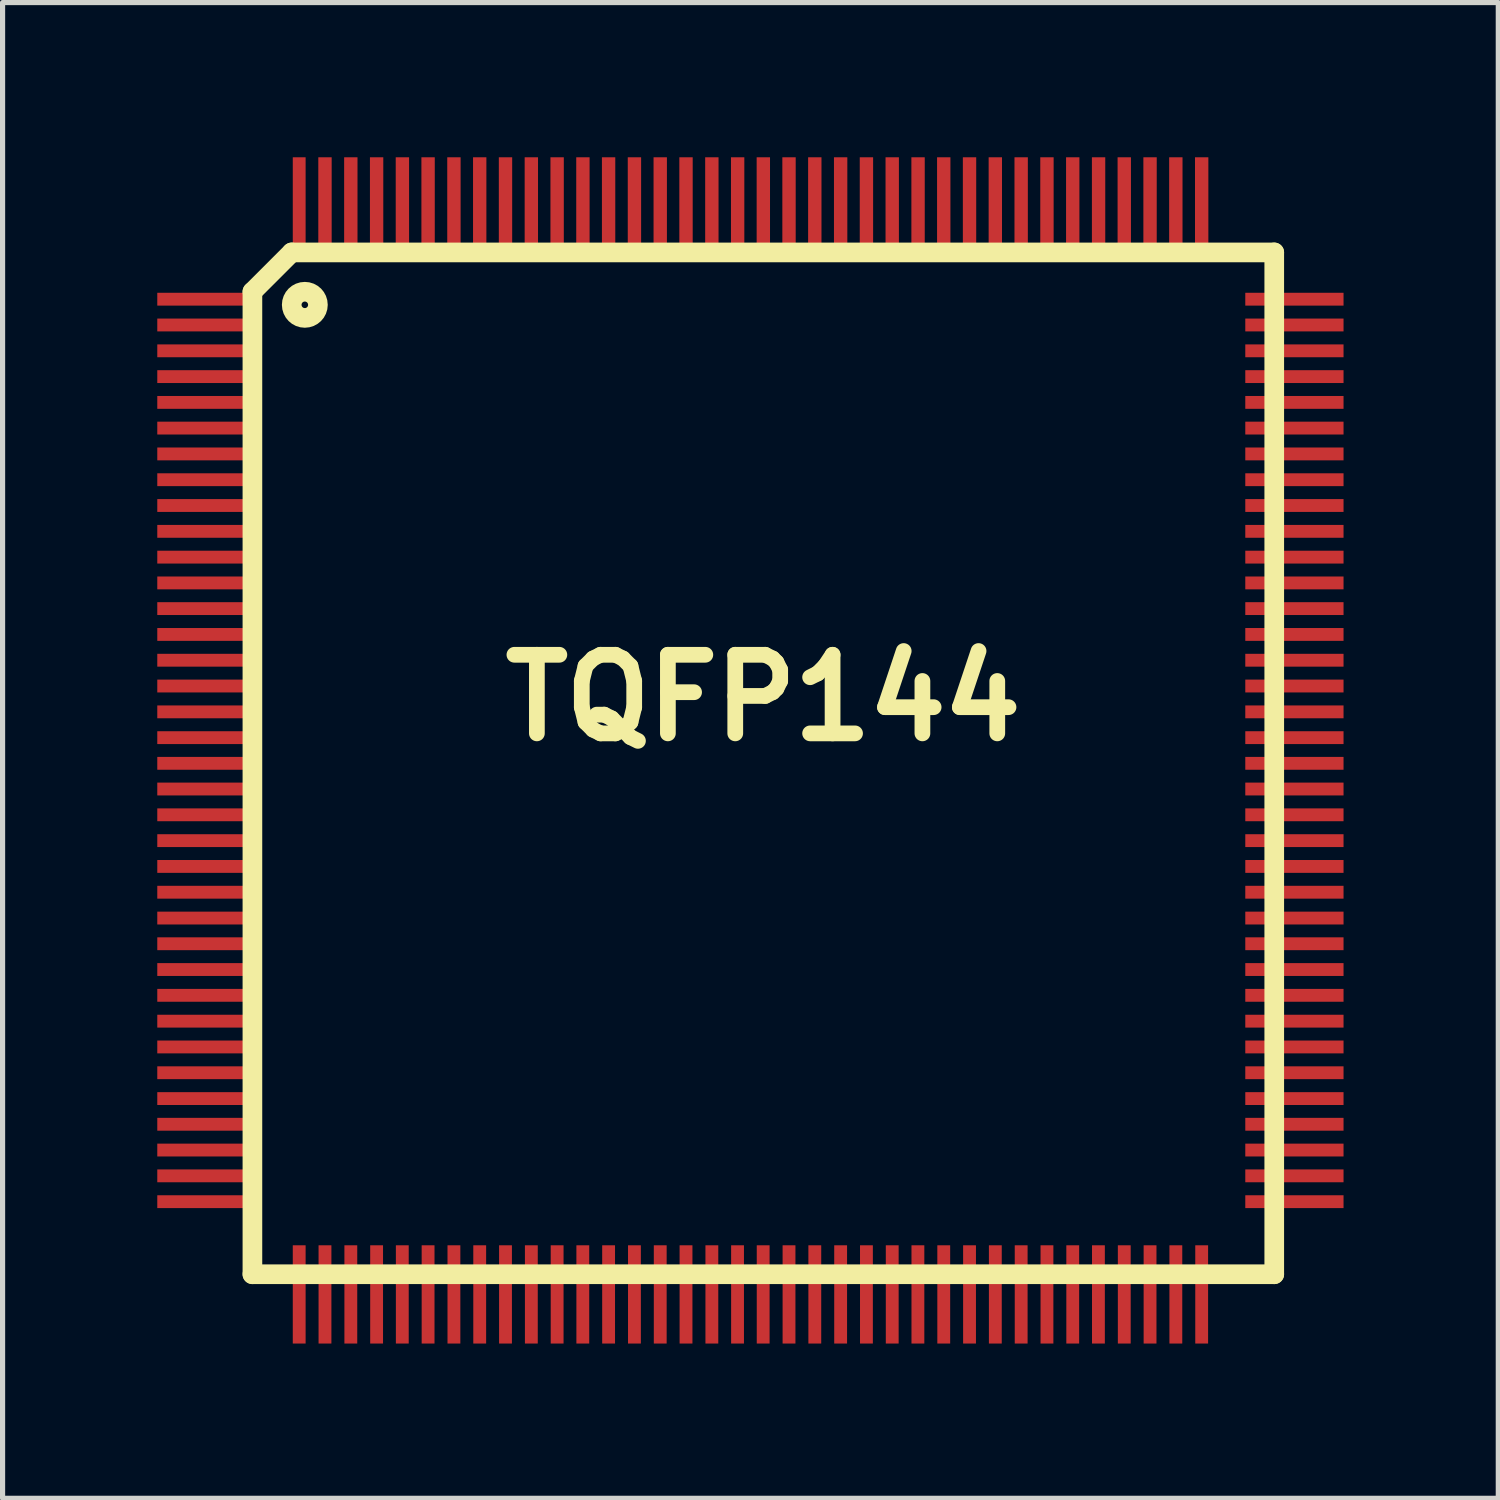
<source format=kicad_pcb>
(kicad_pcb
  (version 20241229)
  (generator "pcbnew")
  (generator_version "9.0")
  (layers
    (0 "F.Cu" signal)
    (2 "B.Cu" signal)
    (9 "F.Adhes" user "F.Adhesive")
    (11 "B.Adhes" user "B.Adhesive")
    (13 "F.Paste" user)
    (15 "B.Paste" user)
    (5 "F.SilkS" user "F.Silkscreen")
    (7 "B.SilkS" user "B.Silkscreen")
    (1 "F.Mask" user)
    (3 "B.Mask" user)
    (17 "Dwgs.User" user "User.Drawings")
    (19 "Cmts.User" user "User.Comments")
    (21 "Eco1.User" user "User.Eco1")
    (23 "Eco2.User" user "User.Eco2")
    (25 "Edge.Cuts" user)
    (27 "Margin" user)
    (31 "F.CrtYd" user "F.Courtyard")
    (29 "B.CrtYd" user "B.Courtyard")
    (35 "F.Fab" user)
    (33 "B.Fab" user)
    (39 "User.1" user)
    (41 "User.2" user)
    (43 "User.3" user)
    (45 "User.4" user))
  (footprint "TQFP144"
    (layer "F.Cu")
    (at 11.75 11.75)
    (property "Reference" "TQFP144" (at 0 -1.27 0) (layer "F.SilkS") (effects (font (size 1.524 1.524) (thickness 0.305))))
    (attr through_hole)
    (fp_line (start -9.906 -9.144) (end -9.144 -9.906) (stroke (width 0.381) (type solid)) (layer "F.SilkS"))
    (fp_line (start -9.906 9.906) (end -9.906 -9.144) (stroke (width 0.381) (type solid)) (layer "F.SilkS"))
    (fp_line (start -9.144 -9.906) (end 9.906 -9.906) (stroke (width 0.381) (type solid)) (layer "F.SilkS"))
    (fp_line (start 9.906 -9.906) (end 9.906 9.906) (stroke (width 0.381) (type solid)) (layer "F.SilkS"))
    (fp_line (start 9.906 9.906) (end -9.906 9.906) (stroke (width 0.381) (type solid)) (layer "F.SilkS"))
    (fp_circle (center -8.89 -8.89) (end -8.636 -8.89) (stroke (width 0.381) (type solid)) (fill no) (layer "F.SilkS"))
    (pad "1" smd rect (at -10.798 -8.999) (size 1.905 0.249) (layers "F.Cu" "F.Mask" "F.Paste"))
    (pad "2" smd rect (at -10.798 -8.499) (size 1.905 0.249) (layers "F.Cu" "F.Mask" "F.Paste"))
    (pad "3" smd rect (at -10.798 -7.998) (size 1.905 0.249) (layers "F.Cu" "F.Mask" "F.Paste"))
    (pad "4" smd rect (at -10.798 -7.498) (size 1.905 0.249) (layers "F.Cu" "F.Mask" "F.Paste"))
    (pad "5" smd rect (at -10.798 -6.998) (size 1.905 0.249) (layers "F.Cu" "F.Mask" "F.Paste"))
    (pad "6" smd rect (at -10.798 -6.5) (size 1.905 0.249) (layers "F.Cu" "F.Mask" "F.Paste"))
    (pad "7" smd rect (at -10.798 -5.999) (size 1.905 0.249) (layers "F.Cu" "F.Mask" "F.Paste"))
    (pad "8" smd rect (at -10.798 -5.499) (size 1.905 0.249) (layers "F.Cu" "F.Mask" "F.Paste"))
    (pad "9" smd rect (at -10.798 -4.999) (size 1.905 0.249) (layers "F.Cu" "F.Mask" "F.Paste"))
    (pad "10" smd rect (at -10.798 -4.498) (size 1.905 0.249) (layers "F.Cu" "F.Mask" "F.Paste"))
    (pad "11" smd rect (at -10.798 -3.998) (size 1.905 0.249) (layers "F.Cu" "F.Mask" "F.Paste"))
    (pad "12" smd rect (at -10.798 -3.498) (size 1.905 0.249) (layers "F.Cu" "F.Mask" "F.Paste"))
    (pad "13" smd rect (at -10.798 -3) (size 1.905 0.249) (layers "F.Cu" "F.Mask" "F.Paste"))
    (pad "14" smd rect (at -10.798 -2.499) (size 1.905 0.249) (layers "F.Cu" "F.Mask" "F.Paste"))
    (pad "15" smd rect (at -10.798 -1.999) (size 1.905 0.249) (layers "F.Cu" "F.Mask" "F.Paste"))
    (pad "16" smd rect (at -10.798 -1.499) (size 1.905 0.249) (layers "F.Cu" "F.Mask" "F.Paste"))
    (pad "17" smd rect (at -10.798 -0.998) (size 1.905 0.249) (layers "F.Cu" "F.Mask" "F.Paste"))
    (pad "18" smd rect (at -10.798 -0.498) (size 1.905 0.249) (layers "F.Cu" "F.Mask" "F.Paste"))
    (pad "19" smd rect (at -10.798 0) (size 1.905 0.249) (layers "F.Cu" "F.Mask" "F.Paste"))
    (pad "20" smd rect (at -10.798 0.498) (size 1.905 0.249) (layers "F.Cu" "F.Mask" "F.Paste"))
    (pad "21" smd rect (at -10.798 0.998) (size 1.905 0.249) (layers "F.Cu" "F.Mask" "F.Paste"))
    (pad "22" smd rect (at -10.798 1.499) (size 1.905 0.249) (layers "F.Cu" "F.Mask" "F.Paste"))
    (pad "23" smd rect (at -10.798 1.999) (size 1.905 0.249) (layers "F.Cu" "F.Mask" "F.Paste"))
    (pad "24" smd rect (at -10.798 2.499) (size 1.905 0.249) (layers "F.Cu" "F.Mask" "F.Paste"))
    (pad "25" smd rect (at -10.798 3) (size 1.905 0.249) (layers "F.Cu" "F.Mask" "F.Paste"))
    (pad "26" smd rect (at -10.798 3.498) (size 1.905 0.249) (layers "F.Cu" "F.Mask" "F.Paste"))
    (pad "27" smd rect (at -10.798 3.998) (size 1.905 0.249) (layers "F.Cu" "F.Mask" "F.Paste"))
    (pad "28" smd rect (at -10.798 4.498) (size 1.905 0.249) (layers "F.Cu" "F.Mask" "F.Paste"))
    (pad "29" smd rect (at -10.798 4.999) (size 1.905 0.249) (layers "F.Cu" "F.Mask" "F.Paste"))
    (pad "30" smd rect (at -10.798 5.499) (size 1.905 0.249) (layers "F.Cu" "F.Mask" "F.Paste"))
    (pad "31" smd rect (at -10.798 5.999) (size 1.905 0.249) (layers "F.Cu" "F.Mask" "F.Paste"))
    (pad "32" smd rect (at -10.798 6.5) (size 1.905 0.249) (layers "F.Cu" "F.Mask" "F.Paste"))
    (pad "33" smd rect (at -10.798 6.998) (size 1.905 0.249) (layers "F.Cu" "F.Mask" "F.Paste"))
    (pad "34" smd rect (at -10.798 7.498) (size 1.905 0.249) (layers "F.Cu" "F.Mask" "F.Paste"))
    (pad "35" smd rect (at -10.798 7.998) (size 1.905 0.249) (layers "F.Cu" "F.Mask" "F.Paste"))
    (pad "36" smd rect (at -10.798 8.499) (size 1.905 0.249) (layers "F.Cu" "F.Mask" "F.Paste"))
    (pad "37" smd rect (at -8.999 10.297 90) (size 1.905 0.249) (layers "F.Cu" "F.Mask" "F.Paste"))
    (pad "38" smd rect (at -8.499 10.297 90) (size 1.905 0.249) (layers "F.Cu" "F.Mask" "F.Paste"))
    (pad "39" smd rect (at -7.998 10.297 90) (size 1.905 0.249) (layers "F.Cu" "F.Mask" "F.Paste"))
    (pad "40" smd rect (at -7.498 10.297 90) (size 1.905 0.249) (layers "F.Cu" "F.Mask" "F.Paste"))
    (pad "41" smd rect (at -7 10.297 90) (size 1.905 0.249) (layers "F.Cu" "F.Mask" "F.Paste"))
    (pad "42" smd rect (at -6.5 10.297 90) (size 1.905 0.249) (layers "F.Cu" "F.Mask" "F.Paste"))
    (pad "43" smd rect (at -5.999 10.297 90) (size 1.905 0.249) (layers "F.Cu" "F.Mask" "F.Paste"))
    (pad "44" smd rect (at -5.499 10.297 90) (size 1.905 0.249) (layers "F.Cu" "F.Mask" "F.Paste"))
    (pad "45" smd rect (at -4.999 10.297 90) (size 1.905 0.249) (layers "F.Cu" "F.Mask" "F.Paste"))
    (pad "46" smd rect (at -4.498 10.297 90) (size 1.905 0.249) (layers "F.Cu" "F.Mask" "F.Paste"))
    (pad "47" smd rect (at -3.998 10.297 90) (size 1.905 0.249) (layers "F.Cu" "F.Mask" "F.Paste"))
    (pad "48" smd rect (at -3.5 10.297 90) (size 1.905 0.249) (layers "F.Cu" "F.Mask" "F.Paste"))
    (pad "49" smd rect (at -3 10.297 90) (size 1.905 0.249) (layers "F.Cu" "F.Mask" "F.Paste"))
    (pad "50" smd rect (at -2.499 10.297 90) (size 1.905 0.249) (layers "F.Cu" "F.Mask" "F.Paste"))
    (pad "51" smd rect (at -1.999 10.297 90) (size 1.905 0.249) (layers "F.Cu" "F.Mask" "F.Paste"))
    (pad "52" smd rect (at -1.499 10.297 90) (size 1.905 0.249) (layers "F.Cu" "F.Mask" "F.Paste"))
    (pad "53" smd rect (at -0.998 10.297 90) (size 1.905 0.249) (layers "F.Cu" "F.Mask" "F.Paste"))
    (pad "54" smd rect (at -0.5 10.297 90) (size 1.905 0.249) (layers "F.Cu" "F.Mask" "F.Paste"))
    (pad "55" smd rect (at -0.003 10.297 90) (size 1.905 0.249) (layers "F.Cu" "F.Mask" "F.Paste"))
    (pad "56" smd rect (at 0.498 10.297 90) (size 1.905 0.249) (layers "F.Cu" "F.Mask" "F.Paste"))
    (pad "57" smd rect (at 0.998 10.297 90) (size 1.905 0.249) (layers "F.Cu" "F.Mask" "F.Paste"))
    (pad "58" smd rect (at 1.499 10.297 90) (size 1.905 0.249) (layers "F.Cu" "F.Mask" "F.Paste"))
    (pad "59" smd rect (at 1.999 10.297 90) (size 1.905 0.249) (layers "F.Cu" "F.Mask" "F.Paste"))
    (pad "60" smd rect (at 2.499 10.297 90) (size 1.905 0.249) (layers "F.Cu" "F.Mask" "F.Paste"))
    (pad "61" smd rect (at 2.997 10.297 90) (size 1.905 0.249) (layers "F.Cu" "F.Mask" "F.Paste"))
    (pad "62" smd rect (at 3.498 10.297 90) (size 1.905 0.249) (layers "F.Cu" "F.Mask" "F.Paste"))
    (pad "63" smd rect (at 3.998 10.297 90) (size 1.905 0.249) (layers "F.Cu" "F.Mask" "F.Paste"))
    (pad "64" smd rect (at 4.498 10.297 90) (size 1.905 0.249) (layers "F.Cu" "F.Mask" "F.Paste"))
    (pad "65" smd rect (at 4.999 10.297 90) (size 1.905 0.249) (layers "F.Cu" "F.Mask" "F.Paste"))
    (pad "66" smd rect (at 5.499 10.297 90) (size 1.905 0.249) (layers "F.Cu" "F.Mask" "F.Paste"))
    (pad "67" smd rect (at 5.999 10.297 90) (size 1.905 0.249) (layers "F.Cu" "F.Mask" "F.Paste"))
    (pad "68" smd rect (at 6.497 10.297 90) (size 1.905 0.249) (layers "F.Cu" "F.Mask" "F.Paste"))
    (pad "69" smd rect (at 6.998 10.297 90) (size 1.905 0.249) (layers "F.Cu" "F.Mask" "F.Paste"))
    (pad "70" smd rect (at 7.498 10.297 90) (size 1.905 0.249) (layers "F.Cu" "F.Mask" "F.Paste"))
    (pad "71" smd rect (at 7.998 10.297 90) (size 1.905 0.249) (layers "F.Cu" "F.Mask" "F.Paste"))
    (pad "72" smd rect (at 8.499 10.297 90) (size 1.905 0.249) (layers "F.Cu" "F.Mask" "F.Paste"))
    (pad "73" smd rect (at 10.297 8.499 180) (size 1.905 0.249) (layers "F.Cu" "F.Mask" "F.Paste"))
    (pad "74" smd rect (at 10.297 7.998 180) (size 1.905 0.249) (layers "F.Cu" "F.Mask" "F.Paste"))
    (pad "75" smd rect (at 10.297 7.498 180) (size 1.905 0.249) (layers "F.Cu" "F.Mask" "F.Paste"))
    (pad "76" smd rect (at 10.297 6.998 180) (size 1.905 0.249) (layers "F.Cu" "F.Mask" "F.Paste"))
    (pad "77" smd rect (at 10.297 6.5 180) (size 1.905 0.249) (layers "F.Cu" "F.Mask" "F.Paste"))
    (pad "78" smd rect (at 10.297 5.999 180) (size 1.905 0.249) (layers "F.Cu" "F.Mask" "F.Paste"))
    (pad "79" smd rect (at 10.297 5.499 180) (size 1.905 0.249) (layers "F.Cu" "F.Mask" "F.Paste"))
    (pad "80" smd rect (at 10.297 4.999 180) (size 1.905 0.249) (layers "F.Cu" "F.Mask" "F.Paste"))
    (pad "81" smd rect (at 10.297 4.498 180) (size 1.905 0.249) (layers "F.Cu" "F.Mask" "F.Paste"))
    (pad "82" smd rect (at 10.297 3.998 180) (size 1.905 0.249) (layers "F.Cu" "F.Mask" "F.Paste"))
    (pad "83" smd rect (at 10.297 3.498 180) (size 1.905 0.249) (layers "F.Cu" "F.Mask" "F.Paste"))
    (pad "84" smd rect (at 10.297 3 180) (size 1.905 0.249) (layers "F.Cu" "F.Mask" "F.Paste"))
    (pad "85" smd rect (at 10.297 2.499 180) (size 1.905 0.249) (layers "F.Cu" "F.Mask" "F.Paste"))
    (pad "86" smd rect (at 10.297 1.999 180) (size 1.905 0.249) (layers "F.Cu" "F.Mask" "F.Paste"))
    (pad "87" smd rect (at 10.297 1.499 180) (size 1.905 0.249) (layers "F.Cu" "F.Mask" "F.Paste"))
    (pad "88" smd rect (at 10.297 0.998 180) (size 1.905 0.249) (layers "F.Cu" "F.Mask" "F.Paste"))
    (pad "89" smd rect (at 10.297 0.498 180) (size 1.905 0.249) (layers "F.Cu" "F.Mask" "F.Paste"))
    (pad "90" smd rect (at 10.297 0 180) (size 1.905 0.249) (layers "F.Cu" "F.Mask" "F.Paste"))
    (pad "91" smd rect (at 10.297 -0.498 180) (size 1.905 0.249) (layers "F.Cu" "F.Mask" "F.Paste"))
    (pad "92" smd rect (at 10.297 -0.998 180) (size 1.905 0.249) (layers "F.Cu" "F.Mask" "F.Paste"))
    (pad "93" smd rect (at 10.297 -1.499 180) (size 1.905 0.249) (layers "F.Cu" "F.Mask" "F.Paste"))
    (pad "94" smd rect (at 10.297 -1.999 180) (size 1.905 0.249) (layers "F.Cu" "F.Mask" "F.Paste"))
    (pad "95" smd rect (at 10.297 -2.499 180) (size 1.905 0.249) (layers "F.Cu" "F.Mask" "F.Paste"))
    (pad "96" smd rect (at 10.297 -3 180) (size 1.905 0.249) (layers "F.Cu" "F.Mask" "F.Paste"))
    (pad "97" smd rect (at 10.297 -3.498 180) (size 1.905 0.249) (layers "F.Cu" "F.Mask" "F.Paste"))
    (pad "98" smd rect (at 10.297 -3.998 180) (size 1.905 0.249) (layers "F.Cu" "F.Mask" "F.Paste"))
    (pad "99" smd rect (at 10.297 -4.498 180) (size 1.905 0.249) (layers "F.Cu" "F.Mask" "F.Paste"))
    (pad "100" smd rect (at 10.297 -4.999 180) (size 1.905 0.249) (layers "F.Cu" "F.Mask" "F.Paste"))
    (pad "101" smd rect (at 10.297 -5.499 180) (size 1.905 0.249) (layers "F.Cu" "F.Mask" "F.Paste"))
    (pad "102" smd rect (at 10.297 -5.999 180) (size 1.905 0.249) (layers "F.Cu" "F.Mask" "F.Paste"))
    (pad "103" smd rect (at 10.297 -6.5 180) (size 1.905 0.249) (layers "F.Cu" "F.Mask" "F.Paste"))
    (pad "104" smd rect (at 10.297 -6.998 180) (size 1.905 0.249) (layers "F.Cu" "F.Mask" "F.Paste"))
    (pad "105" smd rect (at 10.297 -7.498 180) (size 1.905 0.249) (layers "F.Cu" "F.Mask" "F.Paste"))
    (pad "106" smd rect (at 10.297 -7.998 180) (size 1.905 0.249) (layers "F.Cu" "F.Mask" "F.Paste"))
    (pad "107" smd rect (at 10.297 -8.499 180) (size 1.905 0.249) (layers "F.Cu" "F.Mask" "F.Paste"))
    (pad "108" smd rect (at 10.297 -8.999 180) (size 1.905 0.249) (layers "F.Cu" "F.Mask" "F.Paste"))
    (pad "109" smd rect (at 8.499 -10.798 270) (size 1.905 0.259) (layers "F.Cu" "F.Mask" "F.Paste"))
    (pad "110" smd rect (at 7.998 -10.798 270) (size 1.905 0.259) (layers "F.Cu" "F.Mask" "F.Paste"))
    (pad "111" smd rect (at 7.498 -10.798 270) (size 1.905 0.259) (layers "F.Cu" "F.Mask" "F.Paste"))
    (pad "112" smd rect (at 6.998 -10.798 270) (size 1.905 0.259) (layers "F.Cu" "F.Mask" "F.Paste"))
    (pad "113" smd rect (at 6.5 -10.798 270) (size 1.905 0.259) (layers "F.Cu" "F.Mask" "F.Paste"))
    (pad "114" smd rect (at 5.999 -10.798 270) (size 1.905 0.259) (layers "F.Cu" "F.Mask" "F.Paste"))
    (pad "115" smd rect (at 5.499 -10.798 270) (size 1.905 0.259) (layers "F.Cu" "F.Mask" "F.Paste"))
    (pad "116" smd rect (at 4.999 -10.798 270) (size 1.905 0.259) (layers "F.Cu" "F.Mask" "F.Paste"))
    (pad "117" smd rect (at 4.498 -10.798 270) (size 1.905 0.259) (layers "F.Cu" "F.Mask" "F.Paste"))
    (pad "118" smd rect (at 3.998 -10.798 270) (size 1.905 0.259) (layers "F.Cu" "F.Mask" "F.Paste"))
    (pad "119" smd rect (at 3.498 -10.798 270) (size 1.905 0.259) (layers "F.Cu" "F.Mask" "F.Paste"))
    (pad "120" smd rect (at 3 -10.798 270) (size 1.905 0.259) (layers "F.Cu" "F.Mask" "F.Paste"))
    (pad "121" smd rect (at 2.499 -10.798 270) (size 1.905 0.259) (layers "F.Cu" "F.Mask" "F.Paste"))
    (pad "122" smd rect (at 1.999 -10.798 270) (size 1.905 0.259) (layers "F.Cu" "F.Mask" "F.Paste"))
    (pad "123" smd rect (at 1.499 -10.798 270) (size 1.905 0.259) (layers "F.Cu" "F.Mask" "F.Paste"))
    (pad "124" smd rect (at 0.998 -10.798 270) (size 1.905 0.259) (layers "F.Cu" "F.Mask" "F.Paste"))
    (pad "125" smd rect (at 0.498 -10.798 270) (size 1.905 0.259) (layers "F.Cu" "F.Mask" "F.Paste"))
    (pad "126" smd rect (at 0 -10.798 270) (size 1.905 0.259) (layers "F.Cu" "F.Mask" "F.Paste"))
    (pad "127" smd rect (at -0.498 -10.798 270) (size 1.905 0.259) (layers "F.Cu" "F.Mask" "F.Paste"))
    (pad "128" smd rect (at -0.998 -10.798 270) (size 1.905 0.259) (layers "F.Cu" "F.Mask" "F.Paste"))
    (pad "129" smd rect (at -1.499 -10.798 270) (size 1.905 0.259) (layers "F.Cu" "F.Mask" "F.Paste"))
    (pad "130" smd rect (at -1.999 -10.798 270) (size 1.905 0.259) (layers "F.Cu" "F.Mask" "F.Paste"))
    (pad "131" smd rect (at -2.499 -10.798 270) (size 1.905 0.259) (layers "F.Cu" "F.Mask" "F.Paste"))
    (pad "132" smd rect (at -3 -10.798 270) (size 1.905 0.259) (layers "F.Cu" "F.Mask" "F.Paste"))
    (pad "133" smd rect (at -3.498 -10.798 270) (size 1.905 0.259) (layers "F.Cu" "F.Mask" "F.Paste"))
    (pad "134" smd rect (at -3.998 -10.798 270) (size 1.905 0.259) (layers "F.Cu" "F.Mask" "F.Paste"))
    (pad "135" smd rect (at -4.498 -10.798 270) (size 1.905 0.259) (layers "F.Cu" "F.Mask" "F.Paste"))
    (pad "136" smd rect (at -4.999 -10.798 270) (size 1.905 0.259) (layers "F.Cu" "F.Mask" "F.Paste"))
    (pad "137" smd rect (at -5.499 -10.798 270) (size 1.905 0.259) (layers "F.Cu" "F.Mask" "F.Paste"))
    (pad "138" smd rect (at -5.999 -10.798 270) (size 1.905 0.259) (layers "F.Cu" "F.Mask" "F.Paste"))
    (pad "139" smd rect (at -6.5 -10.798 270) (size 1.905 0.259) (layers "F.Cu" "F.Mask" "F.Paste"))
    (pad "140" smd rect (at -6.998 -10.798 270) (size 1.905 0.259) (layers "F.Cu" "F.Mask" "F.Paste"))
    (pad "141" smd rect (at -7.498 -10.798 270) (size 1.905 0.259) (layers "F.Cu" "F.Mask" "F.Paste"))
    (pad "142" smd rect (at -7.998 -10.798 270) (size 1.905 0.259) (layers "F.Cu" "F.Mask" "F.Paste"))
    (pad "143" smd rect (at -8.499 -10.798 270) (size 1.905 0.259) (layers "F.Cu" "F.Mask" "F.Paste"))
    (pad "144" smd rect (at -8.999 -10.798 270) (size 1.905 0.249) (layers "F.Cu" "F.Mask" "F.Paste")))
  (gr_rect
    (start -3 -3)
    (end 26 26)
    (stroke (width 0.1) (type default))
    (fill no)
    (layer "Edge.Cuts")))
</source>
